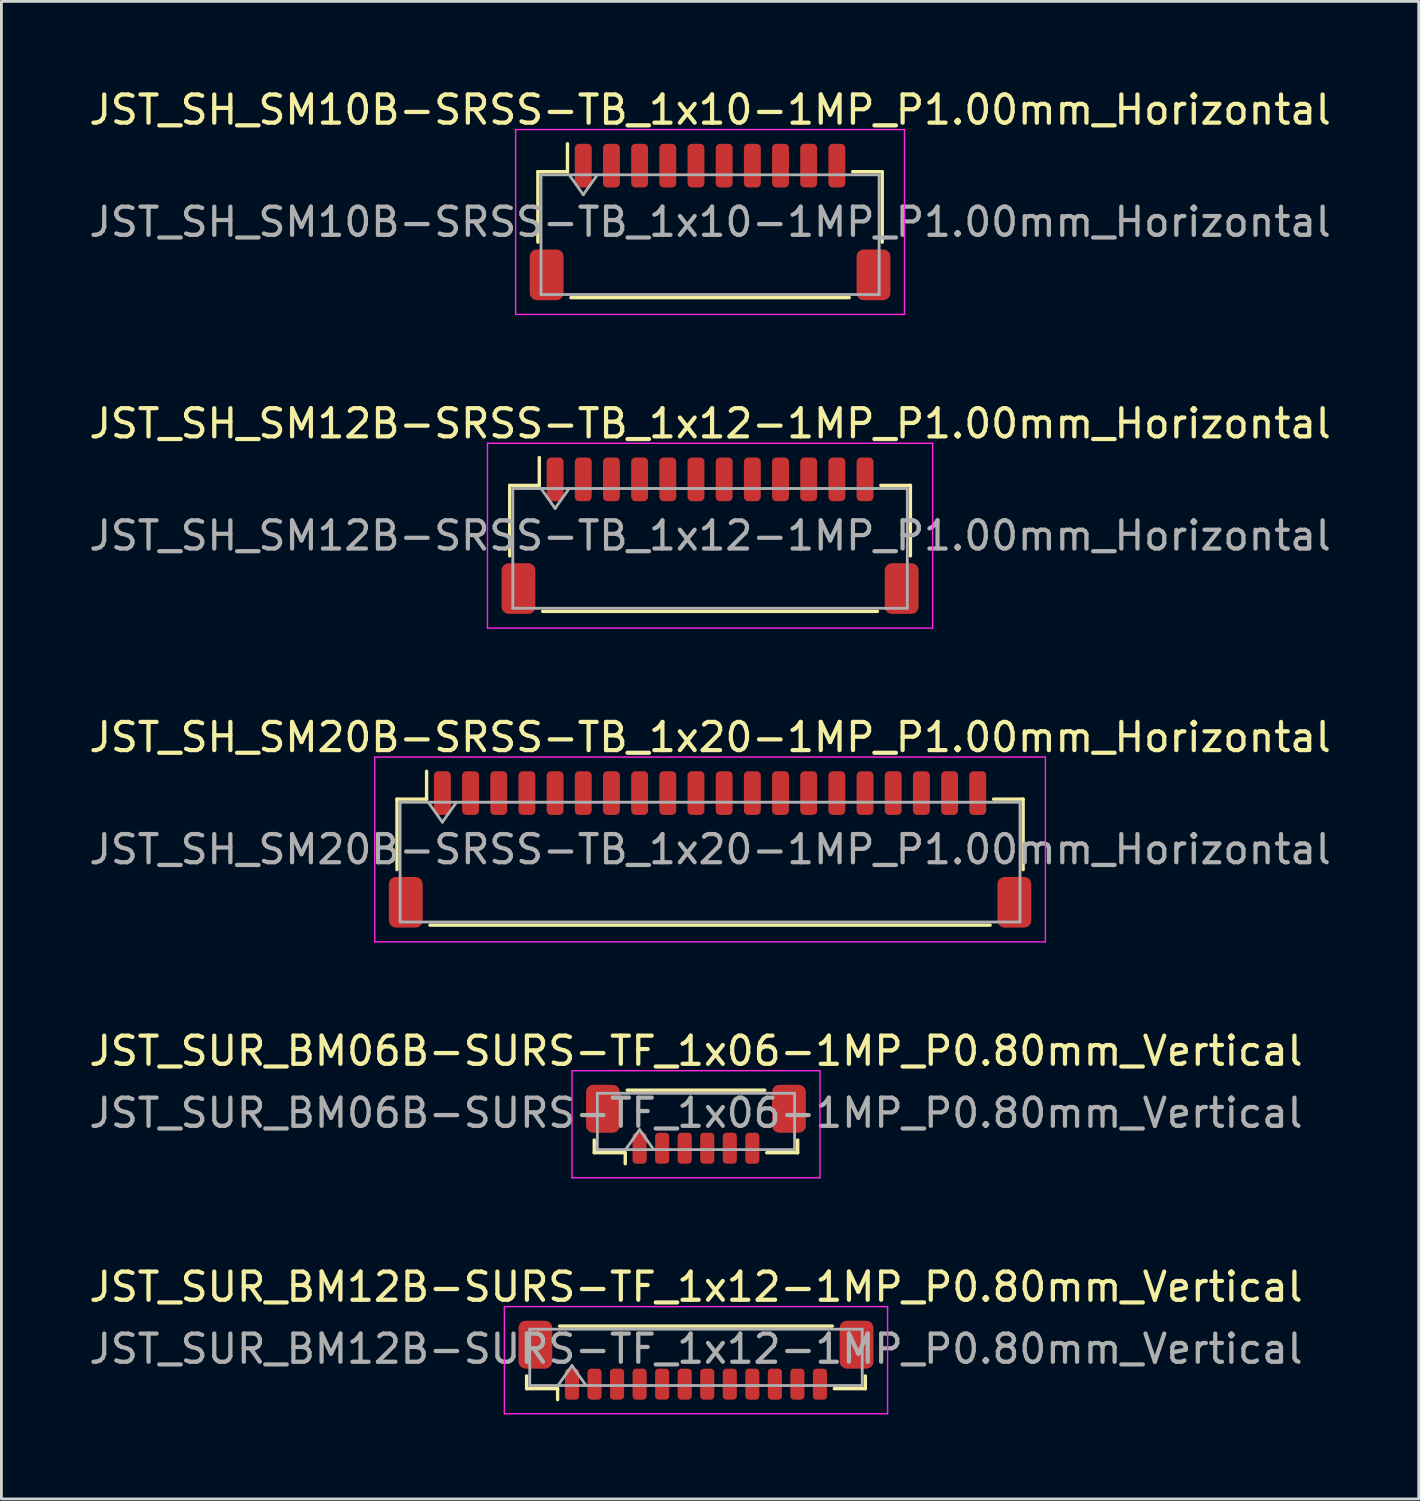
<source format=kicad_pcb>
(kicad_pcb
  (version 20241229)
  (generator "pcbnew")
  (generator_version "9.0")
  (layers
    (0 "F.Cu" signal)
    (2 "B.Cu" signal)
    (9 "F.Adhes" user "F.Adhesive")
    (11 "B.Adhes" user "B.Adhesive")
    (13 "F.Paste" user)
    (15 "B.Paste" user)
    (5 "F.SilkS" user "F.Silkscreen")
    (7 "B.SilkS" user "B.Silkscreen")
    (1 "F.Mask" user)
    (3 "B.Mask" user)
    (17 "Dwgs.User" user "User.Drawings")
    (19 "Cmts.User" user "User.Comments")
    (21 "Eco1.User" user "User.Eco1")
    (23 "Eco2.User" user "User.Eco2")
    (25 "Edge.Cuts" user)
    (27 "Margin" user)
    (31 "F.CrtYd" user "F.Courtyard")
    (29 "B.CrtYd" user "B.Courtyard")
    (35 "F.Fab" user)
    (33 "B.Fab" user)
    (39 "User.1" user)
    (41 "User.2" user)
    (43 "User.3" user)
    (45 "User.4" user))
  (footprint "JST_SH_SM12B-SRSS-TB_1x12-1MP_P1.00mm_Horizontal"
    (layer "F.Cu")
    (at 22.149 15.961)
    (property "Reference" "JST_SH_SM12B-SRSS-TB_1x12-1MP_P1.00mm_Horizontal" (at 0 -3.98 0) (layer "F.SilkS") (effects (font (size 1 1) (thickness 0.15))))
    (attr smd)
    (fp_line (start -7.11 -1.785) (end -6.06 -1.785) (stroke (width 0.12) (type solid)) (layer "F.SilkS"))
    (fp_line (start -7.11 0.715) (end -7.11 -1.785) (stroke (width 0.12) (type solid)) (layer "F.SilkS"))
    (fp_line (start -6.06 -1.785) (end -6.06 -2.775) (stroke (width 0.12) (type solid)) (layer "F.SilkS"))
    (fp_line (start -5.94 2.685) (end 5.94 2.685) (stroke (width 0.12) (type solid)) (layer "F.SilkS"))
    (fp_line (start 7.11 -1.785) (end 6.06 -1.785) (stroke (width 0.12) (type solid)) (layer "F.SilkS"))
    (fp_line (start 7.11 0.715) (end 7.11 -1.785) (stroke (width 0.12) (type solid)) (layer "F.SilkS"))
    (fp_line (start -7.9 -3.28) (end -7.9 3.28) (stroke (width 0.05) (type solid)) (layer "F.CrtYd"))
    (fp_line (start -7.9 3.28) (end 7.9 3.28) (stroke (width 0.05) (type solid)) (layer "F.CrtYd"))
    (fp_line (start 7.9 -3.28) (end -7.9 -3.28) (stroke (width 0.05) (type solid)) (layer "F.CrtYd"))
    (fp_line (start 7.9 3.28) (end 7.9 -3.28) (stroke (width 0.05) (type solid)) (layer "F.CrtYd"))
    (fp_line (start -7 -1.675) (end -7 2.575) (stroke (width 0.1) (type solid)) (layer "F.Fab"))
    (fp_line (start -7 -1.675) (end 7 -1.675) (stroke (width 0.1) (type solid)) (layer "F.Fab"))
    (fp_line (start -7 2.575) (end 7 2.575) (stroke (width 0.1) (type solid)) (layer "F.Fab"))
    (fp_line (start -6 -1.675) (end -5.5 -0.968) (stroke (width 0.1) (type solid)) (layer "F.Fab"))
    (fp_line (start -5.5 -0.968) (end -5 -1.675) (stroke (width 0.1) (type solid)) (layer "F.Fab"))
    (fp_line (start 7 -1.675) (end 7 2.575) (stroke (width 0.1) (type solid)) (layer "F.Fab"))
    (fp_text user "${REFERENCE}" (at 0 0 0) (layer "F.Fab") (effects (font (size 1 1) (thickness 0.15))))
    (pad "1" smd roundrect (at -5.5 -2) (size 0.6 1.55) (layers "F.Cu" "F.Mask" "F.Paste") (roundrect_rratio 0.25))
    (pad "2" smd roundrect (at -4.5 -2) (size 0.6 1.55) (layers "F.Cu" "F.Mask" "F.Paste") (roundrect_rratio 0.25))
    (pad "3" smd roundrect (at -3.5 -2) (size 0.6 1.55) (layers "F.Cu" "F.Mask" "F.Paste") (roundrect_rratio 0.25))
    (pad "4" smd roundrect (at -2.5 -2) (size 0.6 1.55) (layers "F.Cu" "F.Mask" "F.Paste") (roundrect_rratio 0.25))
    (pad "5" smd roundrect (at -1.5 -2) (size 0.6 1.55) (layers "F.Cu" "F.Mask" "F.Paste") (roundrect_rratio 0.25))
    (pad "6" smd roundrect (at -0.5 -2) (size 0.6 1.55) (layers "F.Cu" "F.Mask" "F.Paste") (roundrect_rratio 0.25))
    (pad "7" smd roundrect (at 0.5 -2) (size 0.6 1.55) (layers "F.Cu" "F.Mask" "F.Paste") (roundrect_rratio 0.25))
    (pad "8" smd roundrect (at 1.5 -2) (size 0.6 1.55) (layers "F.Cu" "F.Mask" "F.Paste") (roundrect_rratio 0.25))
    (pad "9" smd roundrect (at 2.5 -2) (size 0.6 1.55) (layers "F.Cu" "F.Mask" "F.Paste") (roundrect_rratio 0.25))
    (pad "10" smd roundrect (at 3.5 -2) (size 0.6 1.55) (layers "F.Cu" "F.Mask" "F.Paste") (roundrect_rratio 0.25))
    (pad "11" smd roundrect (at 4.5 -2) (size 0.6 1.55) (layers "F.Cu" "F.Mask" "F.Paste") (roundrect_rratio 0.25))
    (pad "12" smd roundrect (at 5.5 -2) (size 0.6 1.55) (layers "F.Cu" "F.Mask" "F.Paste") (roundrect_rratio 0.25))
    (pad "MP" smd roundrect (at -6.8 1.875) (size 1.2 1.8) (layers "F.Cu" "F.Mask" "F.Paste") (roundrect_rratio 0.208))
    (pad "MP" smd roundrect (at 6.8 1.875) (size 1.2 1.8) (layers "F.Cu" "F.Mask" "F.Paste") (roundrect_rratio 0.208)))
  (footprint "JST_SUR_BM06B-SURS-TF_1x06-1MP_P0.80mm_Vertical"
    (layer "F.Cu")
    (at 21.649 36.848)
    (property "Reference" "JST_SUR_BM06B-SURS-TF_1x06-1MP_P0.80mm_Vertical" (at 0 -2.6 0) (layer "F.SilkS") (effects (font (size 1 1) (thickness 0.15))))
    (attr smd)
    (fp_line (start -3.61 0.56) (end -3.61 1.01) (stroke (width 0.12) (type solid)) (layer "F.SilkS"))
    (fp_line (start -3.61 1.01) (end -2.51 1.01) (stroke (width 0.12) (type solid)) (layer "F.SilkS"))
    (fp_line (start -2.51 1.01) (end -2.51 1.4) (stroke (width 0.12) (type solid)) (layer "F.SilkS"))
    (fp_line (start -2.44 -1.21) (end 2.44 -1.21) (stroke (width 0.12) (type solid)) (layer "F.SilkS"))
    (fp_line (start 3.61 0.56) (end 3.61 1.01) (stroke (width 0.12) (type solid)) (layer "F.SilkS"))
    (fp_line (start 3.61 1.01) (end 2.51 1.01) (stroke (width 0.12) (type solid)) (layer "F.SilkS"))
    (fp_line (start -4.4 -1.9) (end -4.4 1.9) (stroke (width 0.05) (type solid)) (layer "F.CrtYd"))
    (fp_line (start -4.4 1.9) (end 4.4 1.9) (stroke (width 0.05) (type solid)) (layer "F.CrtYd"))
    (fp_line (start 4.4 -1.9) (end -4.4 -1.9) (stroke (width 0.05) (type solid)) (layer "F.CrtYd"))
    (fp_line (start 4.4 1.9) (end 4.4 -1.9) (stroke (width 0.05) (type solid)) (layer "F.CrtYd"))
    (fp_line (start -3.5 -1.1) (end 3.5 -1.1) (stroke (width 0.1) (type solid)) (layer "F.Fab"))
    (fp_line (start -3.5 0.9) (end -3.5 -1.1) (stroke (width 0.1) (type solid)) (layer "F.Fab"))
    (fp_line (start -3.5 0.9) (end 3.5 0.9) (stroke (width 0.1) (type solid)) (layer "F.Fab"))
    (fp_line (start -2.5 0.9) (end -2 0.193) (stroke (width 0.1) (type solid)) (layer "F.Fab"))
    (fp_line (start -2 0.193) (end -1.5 0.9) (stroke (width 0.1) (type solid)) (layer "F.Fab"))
    (fp_line (start 3.5 0.9) (end 3.5 -1.1) (stroke (width 0.1) (type solid)) (layer "F.Fab"))
    (fp_text user "${REFERENCE}" (at 0 -0.4 0) (layer "F.Fab") (effects (font (size 1 1) (thickness 0.15))))
    (pad "1" smd roundrect (at -2 0.85) (size 0.5 1.1) (layers "F.Cu" "F.Mask" "F.Paste") (roundrect_rratio 0.25))
    (pad "2" smd roundrect (at -1.2 0.85) (size 0.5 1.1) (layers "F.Cu" "F.Mask" "F.Paste") (roundrect_rratio 0.25))
    (pad "3" smd roundrect (at -0.4 0.85) (size 0.5 1.1) (layers "F.Cu" "F.Mask" "F.Paste") (roundrect_rratio 0.25))
    (pad "4" smd roundrect (at 0.4 0.85) (size 0.5 1.1) (layers "F.Cu" "F.Mask" "F.Paste") (roundrect_rratio 0.25))
    (pad "5" smd roundrect (at 1.2 0.85) (size 0.5 1.1) (layers "F.Cu" "F.Mask" "F.Paste") (roundrect_rratio 0.25))
    (pad "6" smd roundrect (at 2 0.85) (size 0.5 1.1) (layers "F.Cu" "F.Mask" "F.Paste") (roundrect_rratio 0.25))
    (pad "MP" smd roundrect (at -3.3 -0.55) (size 1.2 1.7) (layers "F.Cu" "F.Mask" "F.Paste") (roundrect_rratio 0.208))
    (pad "MP" smd roundrect (at 3.3 -0.55) (size 1.2 1.7) (layers "F.Cu" "F.Mask" "F.Paste") (roundrect_rratio 0.208)))
  (footprint "JST_SUR_BM12B-SURS-TF_1x12-1MP_P0.80mm_Vertical"
    (layer "F.Cu")
    (at 21.649 45.221)
    (property "Reference" "JST_SUR_BM12B-SURS-TF_1x12-1MP_P0.80mm_Vertical" (at 0 -2.6 0) (layer "F.SilkS") (effects (font (size 1 1) (thickness 0.15))))
    (attr smd)
    (fp_line (start -6.01 0.56) (end -6.01 1.01) (stroke (width 0.12) (type solid)) (layer "F.SilkS"))
    (fp_line (start -6.01 1.01) (end -4.91 1.01) (stroke (width 0.12) (type solid)) (layer "F.SilkS"))
    (fp_line (start -4.91 1.01) (end -4.91 1.4) (stroke (width 0.12) (type solid)) (layer "F.SilkS"))
    (fp_line (start -4.84 -1.21) (end 4.84 -1.21) (stroke (width 0.12) (type solid)) (layer "F.SilkS"))
    (fp_line (start 6.01 0.56) (end 6.01 1.01) (stroke (width 0.12) (type solid)) (layer "F.SilkS"))
    (fp_line (start 6.01 1.01) (end 4.91 1.01) (stroke (width 0.12) (type solid)) (layer "F.SilkS"))
    (fp_line (start -6.8 -1.9) (end -6.8 1.9) (stroke (width 0.05) (type solid)) (layer "F.CrtYd"))
    (fp_line (start -6.8 1.9) (end 6.8 1.9) (stroke (width 0.05) (type solid)) (layer "F.CrtYd"))
    (fp_line (start 6.8 -1.9) (end -6.8 -1.9) (stroke (width 0.05) (type solid)) (layer "F.CrtYd"))
    (fp_line (start 6.8 1.9) (end 6.8 -1.9) (stroke (width 0.05) (type solid)) (layer "F.CrtYd"))
    (fp_line (start -5.9 -1.1) (end 5.9 -1.1) (stroke (width 0.1) (type solid)) (layer "F.Fab"))
    (fp_line (start -5.9 0.9) (end -5.9 -1.1) (stroke (width 0.1) (type solid)) (layer "F.Fab"))
    (fp_line (start -5.9 0.9) (end 5.9 0.9) (stroke (width 0.1) (type solid)) (layer "F.Fab"))
    (fp_line (start -4.9 0.9) (end -4.4 0.193) (stroke (width 0.1) (type solid)) (layer "F.Fab"))
    (fp_line (start -4.4 0.193) (end -3.9 0.9) (stroke (width 0.1) (type solid)) (layer "F.Fab"))
    (fp_line (start 5.9 0.9) (end 5.9 -1.1) (stroke (width 0.1) (type solid)) (layer "F.Fab"))
    (fp_text user "${REFERENCE}" (at 0 -0.4 0) (layer "F.Fab") (effects (font (size 1 1) (thickness 0.15))))
    (pad "1" smd roundrect (at -4.4 0.85) (size 0.5 1.1) (layers "F.Cu" "F.Mask" "F.Paste") (roundrect_rratio 0.25))
    (pad "2" smd roundrect (at -3.6 0.85) (size 0.5 1.1) (layers "F.Cu" "F.Mask" "F.Paste") (roundrect_rratio 0.25))
    (pad "3" smd roundrect (at -2.8 0.85) (size 0.5 1.1) (layers "F.Cu" "F.Mask" "F.Paste") (roundrect_rratio 0.25))
    (pad "4" smd roundrect (at -2 0.85) (size 0.5 1.1) (layers "F.Cu" "F.Mask" "F.Paste") (roundrect_rratio 0.25))
    (pad "5" smd roundrect (at -1.2 0.85) (size 0.5 1.1) (layers "F.Cu" "F.Mask" "F.Paste") (roundrect_rratio 0.25))
    (pad "6" smd roundrect (at -0.4 0.85) (size 0.5 1.1) (layers "F.Cu" "F.Mask" "F.Paste") (roundrect_rratio 0.25))
    (pad "7" smd roundrect (at 0.4 0.85) (size 0.5 1.1) (layers "F.Cu" "F.Mask" "F.Paste") (roundrect_rratio 0.25))
    (pad "8" smd roundrect (at 1.2 0.85) (size 0.5 1.1) (layers "F.Cu" "F.Mask" "F.Paste") (roundrect_rratio 0.25))
    (pad "9" smd roundrect (at 2 0.85) (size 0.5 1.1) (layers "F.Cu" "F.Mask" "F.Paste") (roundrect_rratio 0.25))
    (pad "10" smd roundrect (at 2.8 0.85) (size 0.5 1.1) (layers "F.Cu" "F.Mask" "F.Paste") (roundrect_rratio 0.25))
    (pad "11" smd roundrect (at 3.6 0.85) (size 0.5 1.1) (layers "F.Cu" "F.Mask" "F.Paste") (roundrect_rratio 0.25))
    (pad "12" smd roundrect (at 4.4 0.85) (size 0.5 1.1) (layers "F.Cu" "F.Mask" "F.Paste") (roundrect_rratio 0.25))
    (pad "MP" smd roundrect (at -5.7 -0.55) (size 1.2 1.7) (layers "F.Cu" "F.Mask" "F.Paste") (roundrect_rratio 0.208))
    (pad "MP" smd roundrect (at 5.7 -0.55) (size 1.2 1.7) (layers "F.Cu" "F.Mask" "F.Paste") (roundrect_rratio 0.208)))
  (footprint "JST_SH_SM20B-SRSS-TB_1x20-1MP_P1.00mm_Horizontal"
    (layer "F.Cu")
    (at 22.149 27.095)
    (property "Reference" "JST_SH_SM20B-SRSS-TB_1x20-1MP_P1.00mm_Horizontal" (at 0 -3.98 0) (layer "F.SilkS") (effects (font (size 1 1) (thickness 0.15))))
    (attr smd)
    (fp_line (start -11.11 -1.785) (end -10.06 -1.785) (stroke (width 0.12) (type solid)) (layer "F.SilkS"))
    (fp_line (start -11.11 0.715) (end -11.11 -1.785) (stroke (width 0.12) (type solid)) (layer "F.SilkS"))
    (fp_line (start -10.06 -1.785) (end -10.06 -2.775) (stroke (width 0.12) (type solid)) (layer "F.SilkS"))
    (fp_line (start -9.94 2.685) (end 9.94 2.685) (stroke (width 0.12) (type solid)) (layer "F.SilkS"))
    (fp_line (start 11.11 -1.785) (end 10.06 -1.785) (stroke (width 0.12) (type solid)) (layer "F.SilkS"))
    (fp_line (start 11.11 0.715) (end 11.11 -1.785) (stroke (width 0.12) (type solid)) (layer "F.SilkS"))
    (fp_line (start -11.9 -3.28) (end -11.9 3.28) (stroke (width 0.05) (type solid)) (layer "F.CrtYd"))
    (fp_line (start -11.9 3.28) (end 11.9 3.28) (stroke (width 0.05) (type solid)) (layer "F.CrtYd"))
    (fp_line (start 11.9 -3.28) (end -11.9 -3.28) (stroke (width 0.05) (type solid)) (layer "F.CrtYd"))
    (fp_line (start 11.9 3.28) (end 11.9 -3.28) (stroke (width 0.05) (type solid)) (layer "F.CrtYd"))
    (fp_line (start -11 -1.675) (end -11 2.575) (stroke (width 0.1) (type solid)) (layer "F.Fab"))
    (fp_line (start -11 -1.675) (end 11 -1.675) (stroke (width 0.1) (type solid)) (layer "F.Fab"))
    (fp_line (start -11 2.575) (end 11 2.575) (stroke (width 0.1) (type solid)) (layer "F.Fab"))
    (fp_line (start -10 -1.675) (end -9.5 -0.968) (stroke (width 0.1) (type solid)) (layer "F.Fab"))
    (fp_line (start -9.5 -0.968) (end -9 -1.675) (stroke (width 0.1) (type solid)) (layer "F.Fab"))
    (fp_line (start 11 -1.675) (end 11 2.575) (stroke (width 0.1) (type solid)) (layer "F.Fab"))
    (fp_text user "${REFERENCE}" (at 0 0 0) (layer "F.Fab") (effects (font (size 1 1) (thickness 0.15))))
    (pad "1" smd roundrect (at -9.5 -2) (size 0.6 1.55) (layers "F.Cu" "F.Mask" "F.Paste") (roundrect_rratio 0.25))
    (pad "2" smd roundrect (at -8.5 -2) (size 0.6 1.55) (layers "F.Cu" "F.Mask" "F.Paste") (roundrect_rratio 0.25))
    (pad "3" smd roundrect (at -7.5 -2) (size 0.6 1.55) (layers "F.Cu" "F.Mask" "F.Paste") (roundrect_rratio 0.25))
    (pad "4" smd roundrect (at -6.5 -2) (size 0.6 1.55) (layers "F.Cu" "F.Mask" "F.Paste") (roundrect_rratio 0.25))
    (pad "5" smd roundrect (at -5.5 -2) (size 0.6 1.55) (layers "F.Cu" "F.Mask" "F.Paste") (roundrect_rratio 0.25))
    (pad "6" smd roundrect (at -4.5 -2) (size 0.6 1.55) (layers "F.Cu" "F.Mask" "F.Paste") (roundrect_rratio 0.25))
    (pad "7" smd roundrect (at -3.5 -2) (size 0.6 1.55) (layers "F.Cu" "F.Mask" "F.Paste") (roundrect_rratio 0.25))
    (pad "8" smd roundrect (at -2.5 -2) (size 0.6 1.55) (layers "F.Cu" "F.Mask" "F.Paste") (roundrect_rratio 0.25))
    (pad "9" smd roundrect (at -1.5 -2) (size 0.6 1.55) (layers "F.Cu" "F.Mask" "F.Paste") (roundrect_rratio 0.25))
    (pad "10" smd roundrect (at -0.5 -2) (size 0.6 1.55) (layers "F.Cu" "F.Mask" "F.Paste") (roundrect_rratio 0.25))
    (pad "11" smd roundrect (at 0.5 -2) (size 0.6 1.55) (layers "F.Cu" "F.Mask" "F.Paste") (roundrect_rratio 0.25))
    (pad "12" smd roundrect (at 1.5 -2) (size 0.6 1.55) (layers "F.Cu" "F.Mask" "F.Paste") (roundrect_rratio 0.25))
    (pad "13" smd roundrect (at 2.5 -2) (size 0.6 1.55) (layers "F.Cu" "F.Mask" "F.Paste") (roundrect_rratio 0.25))
    (pad "14" smd roundrect (at 3.5 -2) (size 0.6 1.55) (layers "F.Cu" "F.Mask" "F.Paste") (roundrect_rratio 0.25))
    (pad "15" smd roundrect (at 4.5 -2) (size 0.6 1.55) (layers "F.Cu" "F.Mask" "F.Paste") (roundrect_rratio 0.25))
    (pad "16" smd roundrect (at 5.5 -2) (size 0.6 1.55) (layers "F.Cu" "F.Mask" "F.Paste") (roundrect_rratio 0.25))
    (pad "17" smd roundrect (at 6.5 -2) (size 0.6 1.55) (layers "F.Cu" "F.Mask" "F.Paste") (roundrect_rratio 0.25))
    (pad "18" smd roundrect (at 7.5 -2) (size 0.6 1.55) (layers "F.Cu" "F.Mask" "F.Paste") (roundrect_rratio 0.25))
    (pad "19" smd roundrect (at 8.5 -2) (size 0.6 1.55) (layers "F.Cu" "F.Mask" "F.Paste") (roundrect_rratio 0.25))
    (pad "20" smd roundrect (at 9.5 -2) (size 0.6 1.55) (layers "F.Cu" "F.Mask" "F.Paste") (roundrect_rratio 0.25))
    (pad "MP" smd roundrect (at -10.8 1.875) (size 1.2 1.8) (layers "F.Cu" "F.Mask" "F.Paste") (roundrect_rratio 0.208))
    (pad "MP" smd roundrect (at 10.8 1.875) (size 1.2 1.8) (layers "F.Cu" "F.Mask" "F.Paste") (roundrect_rratio 0.208)))
  (footprint "JST_SH_SM10B-SRSS-TB_1x10-1MP_P1.00mm_Horizontal"
    (layer "F.Cu")
    (at 22.149 4.828)
    (property "Reference" "JST_SH_SM10B-SRSS-TB_1x10-1MP_P1.00mm_Horizontal" (at 0 -3.98 0) (layer "F.SilkS") (effects (font (size 1 1) (thickness 0.15))))
    (attr smd)
    (fp_line (start -6.11 -1.785) (end -5.06 -1.785) (stroke (width 0.12) (type solid)) (layer "F.SilkS"))
    (fp_line (start -6.11 0.715) (end -6.11 -1.785) (stroke (width 0.12) (type solid)) (layer "F.SilkS"))
    (fp_line (start -5.06 -1.785) (end -5.06 -2.775) (stroke (width 0.12) (type solid)) (layer "F.SilkS"))
    (fp_line (start -4.94 2.685) (end 4.94 2.685) (stroke (width 0.12) (type solid)) (layer "F.SilkS"))
    (fp_line (start 6.11 -1.785) (end 5.06 -1.785) (stroke (width 0.12) (type solid)) (layer "F.SilkS"))
    (fp_line (start 6.11 0.715) (end 6.11 -1.785) (stroke (width 0.12) (type solid)) (layer "F.SilkS"))
    (fp_line (start -6.9 -3.28) (end -6.9 3.28) (stroke (width 0.05) (type solid)) (layer "F.CrtYd"))
    (fp_line (start -6.9 3.28) (end 6.9 3.28) (stroke (width 0.05) (type solid)) (layer "F.CrtYd"))
    (fp_line (start 6.9 -3.28) (end -6.9 -3.28) (stroke (width 0.05) (type solid)) (layer "F.CrtYd"))
    (fp_line (start 6.9 3.28) (end 6.9 -3.28) (stroke (width 0.05) (type solid)) (layer "F.CrtYd"))
    (fp_line (start -6 -1.675) (end -6 2.575) (stroke (width 0.1) (type solid)) (layer "F.Fab"))
    (fp_line (start -6 -1.675) (end 6 -1.675) (stroke (width 0.1) (type solid)) (layer "F.Fab"))
    (fp_line (start -6 2.575) (end 6 2.575) (stroke (width 0.1) (type solid)) (layer "F.Fab"))
    (fp_line (start -5 -1.675) (end -4.5 -0.968) (stroke (width 0.1) (type solid)) (layer "F.Fab"))
    (fp_line (start -4.5 -0.968) (end -4 -1.675) (stroke (width 0.1) (type solid)) (layer "F.Fab"))
    (fp_line (start 6 -1.675) (end 6 2.575) (stroke (width 0.1) (type solid)) (layer "F.Fab"))
    (fp_text user "${REFERENCE}" (at 0 0 0) (layer "F.Fab") (effects (font (size 1 1) (thickness 0.15))))
    (pad "1" smd roundrect (at -4.5 -2) (size 0.6 1.55) (layers "F.Cu" "F.Mask" "F.Paste") (roundrect_rratio 0.25))
    (pad "2" smd roundrect (at -3.5 -2) (size 0.6 1.55) (layers "F.Cu" "F.Mask" "F.Paste") (roundrect_rratio 0.25))
    (pad "3" smd roundrect (at -2.5 -2) (size 0.6 1.55) (layers "F.Cu" "F.Mask" "F.Paste") (roundrect_rratio 0.25))
    (pad "4" smd roundrect (at -1.5 -2) (size 0.6 1.55) (layers "F.Cu" "F.Mask" "F.Paste") (roundrect_rratio 0.25))
    (pad "5" smd roundrect (at -0.5 -2) (size 0.6 1.55) (layers "F.Cu" "F.Mask" "F.Paste") (roundrect_rratio 0.25))
    (pad "6" smd roundrect (at 0.5 -2) (size 0.6 1.55) (layers "F.Cu" "F.Mask" "F.Paste") (roundrect_rratio 0.25))
    (pad "7" smd roundrect (at 1.5 -2) (size 0.6 1.55) (layers "F.Cu" "F.Mask" "F.Paste") (roundrect_rratio 0.25))
    (pad "8" smd roundrect (at 2.5 -2) (size 0.6 1.55) (layers "F.Cu" "F.Mask" "F.Paste") (roundrect_rratio 0.25))
    (pad "9" smd roundrect (at 3.5 -2) (size 0.6 1.55) (layers "F.Cu" "F.Mask" "F.Paste") (roundrect_rratio 0.25))
    (pad "10" smd roundrect (at 4.5 -2) (size 0.6 1.55) (layers "F.Cu" "F.Mask" "F.Paste") (roundrect_rratio 0.25))
    (pad "MP" smd roundrect (at -5.8 1.875) (size 1.2 1.8) (layers "F.Cu" "F.Mask" "F.Paste") (roundrect_rratio 0.208))
    (pad "MP" smd roundrect (at 5.8 1.875) (size 1.2 1.8) (layers "F.Cu" "F.Mask" "F.Paste") (roundrect_rratio 0.208)))
  (gr_rect
    (start -3 -3)
    (end 47.298 50.146)
    (stroke (width 0.1) (type default))
    (fill no)
    (layer "Edge.Cuts")))
</source>
